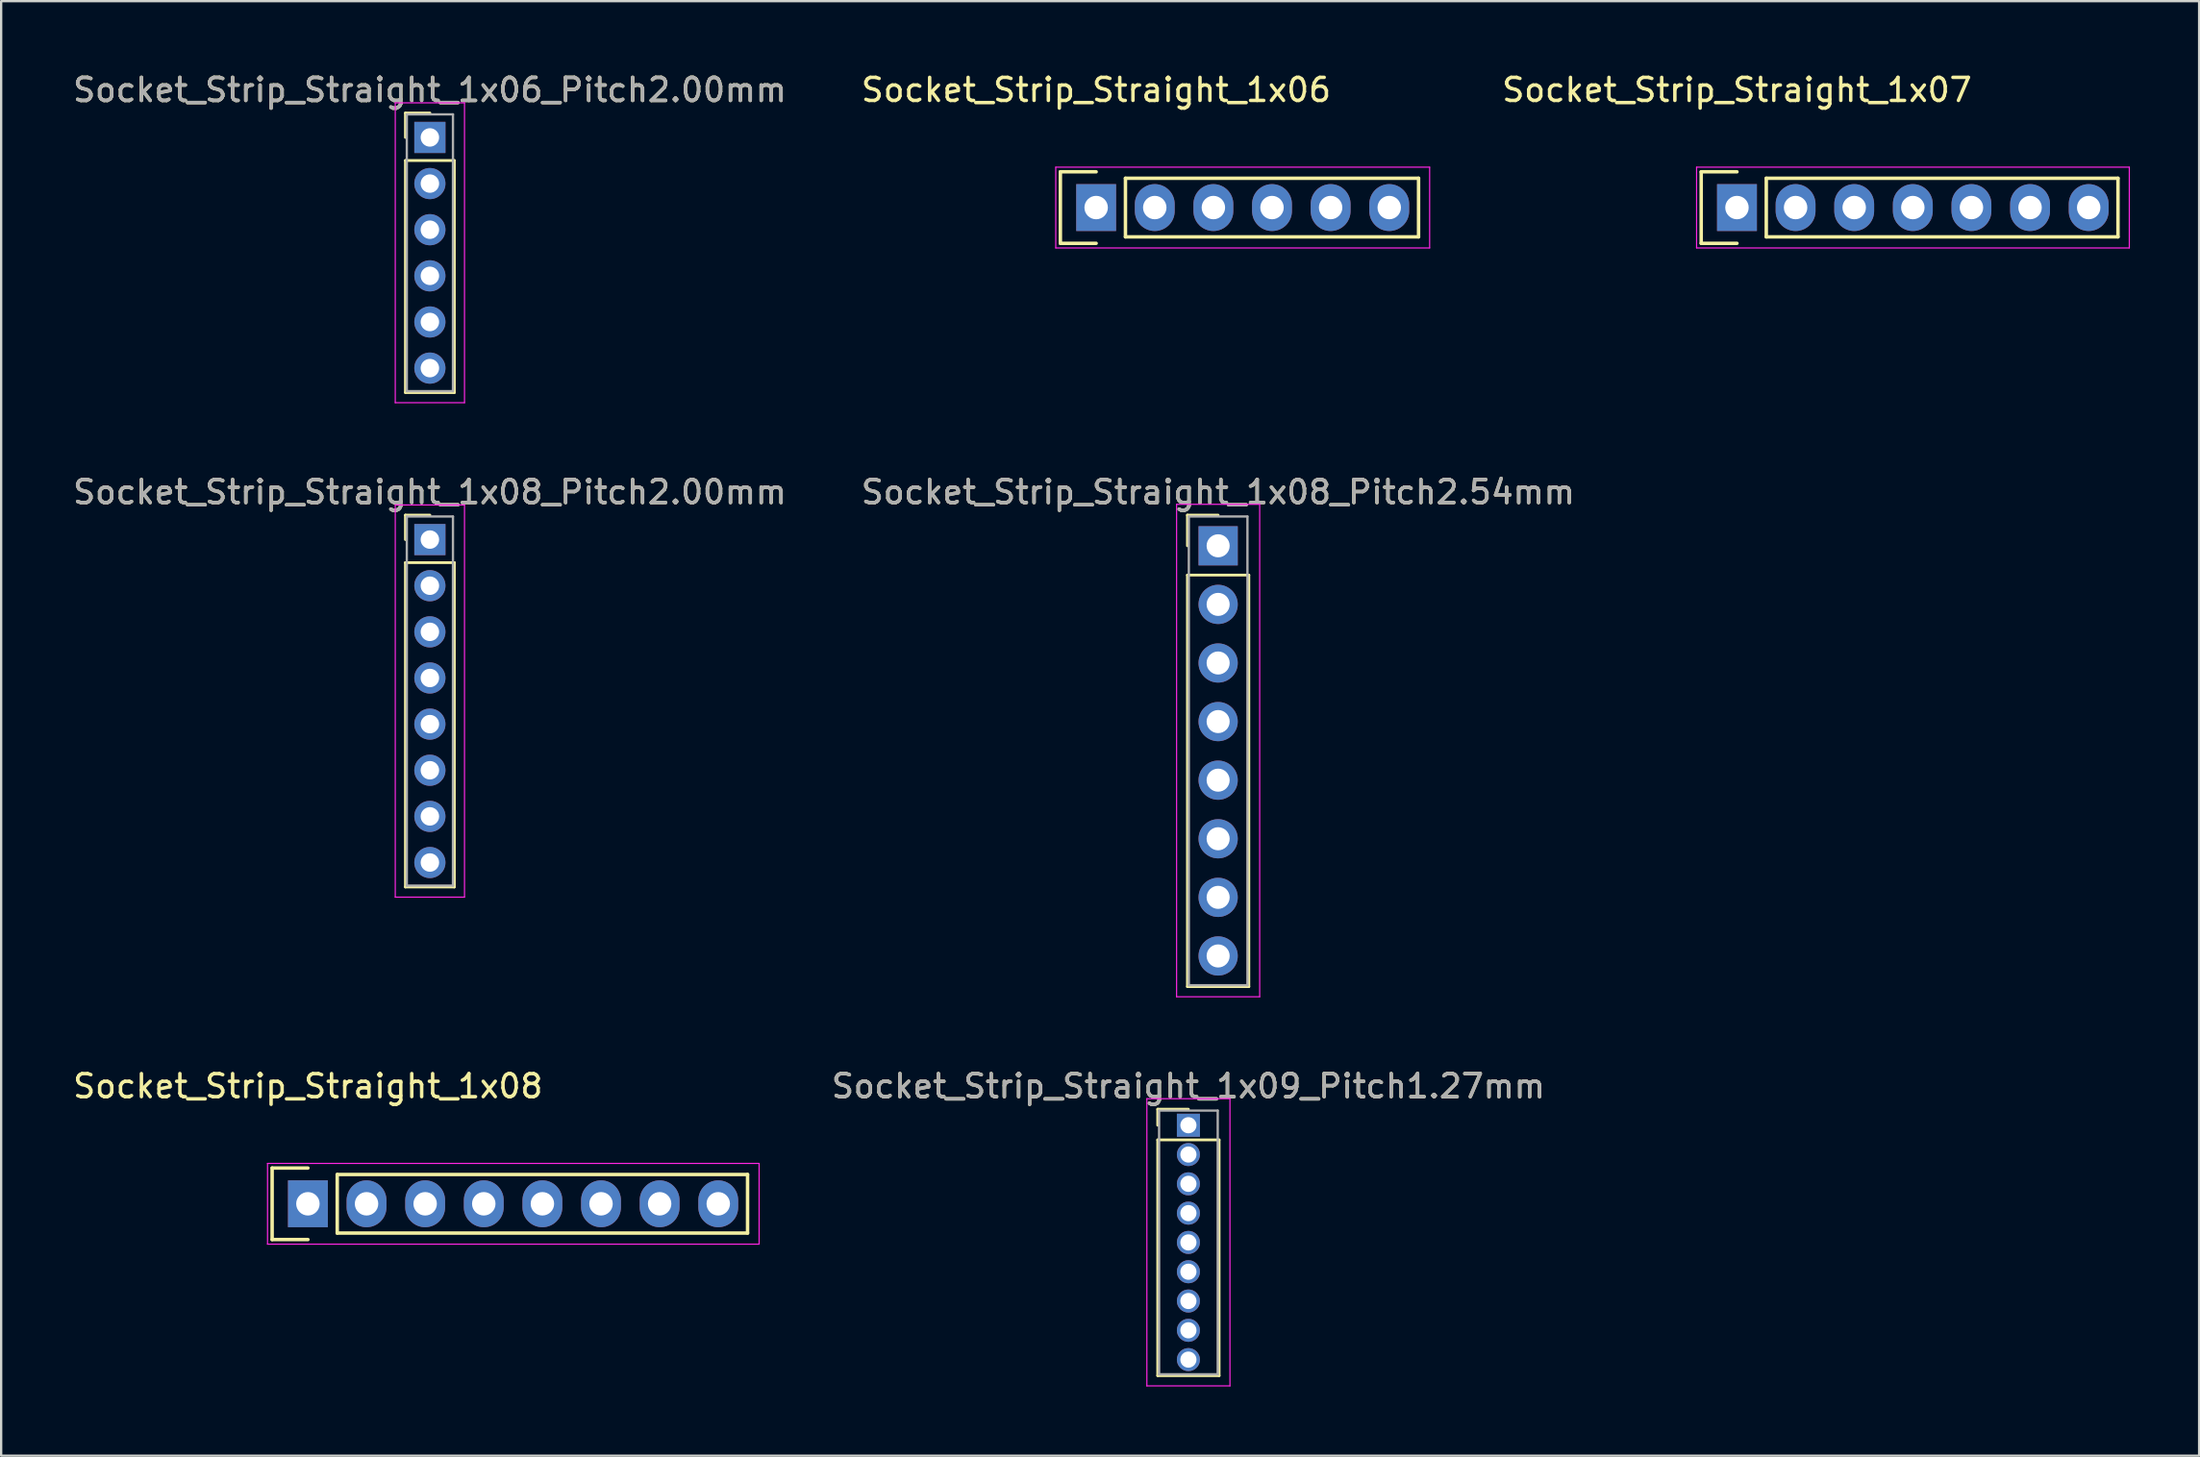
<source format=kicad_pcb>
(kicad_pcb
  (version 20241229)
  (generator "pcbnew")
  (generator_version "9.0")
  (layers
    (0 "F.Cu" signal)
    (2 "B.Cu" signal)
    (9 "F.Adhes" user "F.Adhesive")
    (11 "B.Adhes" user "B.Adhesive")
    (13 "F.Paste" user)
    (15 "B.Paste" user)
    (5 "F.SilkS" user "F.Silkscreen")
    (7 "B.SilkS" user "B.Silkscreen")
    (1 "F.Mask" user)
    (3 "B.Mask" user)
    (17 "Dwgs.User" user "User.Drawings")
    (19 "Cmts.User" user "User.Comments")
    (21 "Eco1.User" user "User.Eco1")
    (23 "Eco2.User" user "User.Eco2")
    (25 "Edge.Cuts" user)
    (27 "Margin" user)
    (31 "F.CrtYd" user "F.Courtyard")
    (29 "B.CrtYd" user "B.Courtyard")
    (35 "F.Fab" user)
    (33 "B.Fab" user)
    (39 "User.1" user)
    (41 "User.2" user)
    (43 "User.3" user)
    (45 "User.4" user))
  (footprint "Socket_Strip_Straight_1x07"
    (layer "F.Cu")
    (at 72.213 5.948)
    (property "Reference" "Socket_Strip_Straight_1x07" (at 0 -5.1 0) (layer "F.SilkS") (effects (font (size 1 1) (thickness 0.15))))
    (attr through_hole)
    (fp_line (start -1.55 -1.55) (end -1.55 1.55) (stroke (width 0.15) (type solid)) (layer "F.SilkS"))
    (fp_line (start -1.55 1.55) (end 0 1.55) (stroke (width 0.15) (type solid)) (layer "F.SilkS"))
    (fp_line (start 0 -1.55) (end -1.55 -1.55) (stroke (width 0.15) (type solid)) (layer "F.SilkS"))
    (fp_line (start 1.27 1.27) (end 1.27 -1.27) (stroke (width 0.15) (type solid)) (layer "F.SilkS"))
    (fp_line (start 1.27 1.27) (end 16.51 1.27) (stroke (width 0.15) (type solid)) (layer "F.SilkS"))
    (fp_line (start 16.51 -1.27) (end 1.27 -1.27) (stroke (width 0.15) (type solid)) (layer "F.SilkS"))
    (fp_line (start 16.51 1.27) (end 16.51 -1.27) (stroke (width 0.15) (type solid)) (layer "F.SilkS"))
    (fp_line (start -1.75 -1.75) (end -1.75 1.75) (stroke (width 0.05) (type solid)) (layer "F.CrtYd"))
    (fp_line (start -1.75 -1.75) (end 17 -1.75) (stroke (width 0.05) (type solid)) (layer "F.CrtYd"))
    (fp_line (start -1.75 1.75) (end 17 1.75) (stroke (width 0.05) (type solid)) (layer "F.CrtYd"))
    (fp_line (start 17 -1.75) (end 17 1.75) (stroke (width 0.05) (type solid)) (layer "F.CrtYd"))
    (pad "1" thru_hole rect (at 0 0) (size 1.727 2.032) (drill 1.016) (layers "*.Cu" "*.Mask"))
    (pad "2" thru_hole oval (at 2.54 0) (size 1.727 2.032) (drill 1.016) (layers "*.Cu" "*.Mask"))
    (pad "3" thru_hole oval (at 5.08 0) (size 1.727 2.032) (drill 1.016) (layers "*.Cu" "*.Mask"))
    (pad "4" thru_hole oval (at 7.62 0) (size 1.727 2.032) (drill 1.016) (layers "*.Cu" "*.Mask"))
    (pad "5" thru_hole oval (at 10.16 0) (size 1.727 2.032) (drill 1.016) (layers "*.Cu" "*.Mask"))
    (pad "6" thru_hole oval (at 12.7 0) (size 1.727 2.032) (drill 1.016) (layers "*.Cu" "*.Mask"))
    (pad "7" thru_hole oval (at 15.24 0) (size 1.727 2.032) (drill 1.016) (layers "*.Cu" "*.Mask")))
  (footprint "Socket_Strip_Straight_1x08"
    (layer "F.Cu")
    (at 10.292 49.135)
    (property "Reference" "Socket_Strip_Straight_1x08" (at 0 -5.1 0) (layer "F.SilkS") (effects (font (size 1 1) (thickness 0.15))))
    (attr through_hole)
    (fp_line (start -1.55 -1.55) (end -1.55 1.55) (stroke (width 0.15) (type solid)) (layer "F.SilkS"))
    (fp_line (start -1.55 1.55) (end 0 1.55) (stroke (width 0.15) (type solid)) (layer "F.SilkS"))
    (fp_line (start 0 -1.55) (end -1.55 -1.55) (stroke (width 0.15) (type solid)) (layer "F.SilkS"))
    (fp_line (start 1.27 1.27) (end 1.27 -1.27) (stroke (width 0.15) (type solid)) (layer "F.SilkS"))
    (fp_line (start 1.27 1.27) (end 19.05 1.27) (stroke (width 0.15) (type solid)) (layer "F.SilkS"))
    (fp_line (start 19.05 -1.27) (end 1.27 -1.27) (stroke (width 0.15) (type solid)) (layer "F.SilkS"))
    (fp_line (start 19.05 1.27) (end 19.05 -1.27) (stroke (width 0.15) (type solid)) (layer "F.SilkS"))
    (fp_line (start -1.75 -1.75) (end -1.75 1.75) (stroke (width 0.05) (type solid)) (layer "F.CrtYd"))
    (fp_line (start -1.75 -1.75) (end 19.55 -1.75) (stroke (width 0.05) (type solid)) (layer "F.CrtYd"))
    (fp_line (start -1.75 1.75) (end 19.55 1.75) (stroke (width 0.05) (type solid)) (layer "F.CrtYd"))
    (fp_line (start 19.55 -1.75) (end 19.55 1.75) (stroke (width 0.05) (type solid)) (layer "F.CrtYd"))
    (pad "1" thru_hole rect (at 0 0) (size 1.727 2.032) (drill 1.016) (layers "*.Cu" "*.Mask"))
    (pad "2" thru_hole oval (at 2.54 0) (size 1.727 2.032) (drill 1.016) (layers "*.Cu" "*.Mask"))
    (pad "3" thru_hole oval (at 5.08 0) (size 1.727 2.032) (drill 1.016) (layers "*.Cu" "*.Mask"))
    (pad "4" thru_hole oval (at 7.62 0) (size 1.727 2.032) (drill 1.016) (layers "*.Cu" "*.Mask"))
    (pad "5" thru_hole oval (at 10.16 0) (size 1.727 2.032) (drill 1.016) (layers "*.Cu" "*.Mask"))
    (pad "6" thru_hole oval (at 12.7 0) (size 1.727 2.032) (drill 1.016) (layers "*.Cu" "*.Mask"))
    (pad "7" thru_hole oval (at 15.24 0) (size 1.727 2.032) (drill 1.016) (layers "*.Cu" "*.Mask"))
    (pad "8" thru_hole oval (at 17.78 0) (size 1.727 2.032) (drill 1.016) (layers "*.Cu" "*.Mask")))
  (footprint "Socket_Strip_Straight_1x06_Pitch2.00mm"
    (layer "F.Cu")
    (at 15.577 2.908)
    (property "Reference" "Socket_Strip_Straight_1x06_Pitch2.00mm" (at 0 -2.06 0) (layer "F.SilkS") (effects (font (size 1 1) (thickness 0.15))))
    (attr through_hole)
    (fp_line (start -1.06 -1.06) (end 0 -1.06) (stroke (width 0.12) (type solid)) (layer "F.SilkS"))
    (fp_line (start -1.06 0) (end -1.06 -1.06) (stroke (width 0.12) (type solid)) (layer "F.SilkS"))
    (fp_line (start -1.06 1) (end -1.06 11.06) (stroke (width 0.12) (type solid)) (layer "F.SilkS"))
    (fp_line (start -1.06 11.06) (end 1.06 11.06) (stroke (width 0.12) (type solid)) (layer "F.SilkS"))
    (fp_line (start 1.06 1) (end -1.06 1) (stroke (width 0.12) (type solid)) (layer "F.SilkS"))
    (fp_line (start 1.06 11.06) (end 1.06 1) (stroke (width 0.12) (type solid)) (layer "F.SilkS"))
    (fp_line (start -1.5 -1.5) (end -1.5 11.5) (stroke (width 0.05) (type solid)) (layer "F.CrtYd"))
    (fp_line (start -1.5 11.5) (end 1.5 11.5) (stroke (width 0.05) (type solid)) (layer "F.CrtYd"))
    (fp_line (start 1.5 -1.5) (end -1.5 -1.5) (stroke (width 0.05) (type solid)) (layer "F.CrtYd"))
    (fp_line (start 1.5 11.5) (end 1.5 -1.5) (stroke (width 0.05) (type solid)) (layer "F.CrtYd"))
    (fp_line (start -1 -1) (end -1 11) (stroke (width 0.1) (type solid)) (layer "F.Fab"))
    (fp_line (start -1 11) (end 1 11) (stroke (width 0.1) (type solid)) (layer "F.Fab"))
    (fp_line (start 1 -1) (end -1 -1) (stroke (width 0.1) (type solid)) (layer "F.Fab"))
    (fp_line (start 1 11) (end 1 -1) (stroke (width 0.1) (type solid)) (layer "F.Fab"))
    (fp_text user "${REFERENCE}" (at 0 -2.06 0) (layer "F.Fab") (effects (font (size 1 1) (thickness 0.15))))
    (pad "1" thru_hole rect (at 0 0) (size 1.35 1.35) (drill 0.8) (layers "*.Cu" "*.Mask"))
    (pad "2" thru_hole oval (at 0 2) (size 1.35 1.35) (drill 0.8) (layers "*.Cu" "*.Mask"))
    (pad "3" thru_hole oval (at 0 4) (size 1.35 1.35) (drill 0.8) (layers "*.Cu" "*.Mask"))
    (pad "4" thru_hole oval (at 0 6) (size 1.35 1.35) (drill 0.8) (layers "*.Cu" "*.Mask"))
    (pad "5" thru_hole oval (at 0 8) (size 1.35 1.35) (drill 0.8) (layers "*.Cu" "*.Mask"))
    (pad "6" thru_hole oval (at 0 10) (size 1.35 1.35) (drill 0.8) (layers "*.Cu" "*.Mask")))
  (footprint "Socket_Strip_Straight_1x08_Pitch2.00mm"
    (layer "F.Cu")
    (at 15.577 20.341)
    (property "Reference" "Socket_Strip_Straight_1x08_Pitch2.00mm" (at 0 -2.06 0) (layer "F.SilkS") (effects (font (size 1 1) (thickness 0.15))))
    (attr through_hole)
    (fp_line (start -1.06 -1.06) (end 0 -1.06) (stroke (width 0.12) (type solid)) (layer "F.SilkS"))
    (fp_line (start -1.06 0) (end -1.06 -1.06) (stroke (width 0.12) (type solid)) (layer "F.SilkS"))
    (fp_line (start -1.06 1) (end -1.06 15.06) (stroke (width 0.12) (type solid)) (layer "F.SilkS"))
    (fp_line (start -1.06 15.06) (end 1.06 15.06) (stroke (width 0.12) (type solid)) (layer "F.SilkS"))
    (fp_line (start 1.06 1) (end -1.06 1) (stroke (width 0.12) (type solid)) (layer "F.SilkS"))
    (fp_line (start 1.06 15.06) (end 1.06 1) (stroke (width 0.12) (type solid)) (layer "F.SilkS"))
    (fp_line (start -1.5 -1.5) (end -1.5 15.5) (stroke (width 0.05) (type solid)) (layer "F.CrtYd"))
    (fp_line (start -1.5 15.5) (end 1.5 15.5) (stroke (width 0.05) (type solid)) (layer "F.CrtYd"))
    (fp_line (start 1.5 -1.5) (end -1.5 -1.5) (stroke (width 0.05) (type solid)) (layer "F.CrtYd"))
    (fp_line (start 1.5 15.5) (end 1.5 -1.5) (stroke (width 0.05) (type solid)) (layer "F.CrtYd"))
    (fp_line (start -1 -1) (end -1 15) (stroke (width 0.1) (type solid)) (layer "F.Fab"))
    (fp_line (start -1 15) (end 1 15) (stroke (width 0.1) (type solid)) (layer "F.Fab"))
    (fp_line (start 1 -1) (end -1 -1) (stroke (width 0.1) (type solid)) (layer "F.Fab"))
    (fp_line (start 1 15) (end 1 -1) (stroke (width 0.1) (type solid)) (layer "F.Fab"))
    (fp_text user "${REFERENCE}" (at 0 -2.06 0) (layer "F.Fab") (effects (font (size 1 1) (thickness 0.15))))
    (pad "1" thru_hole rect (at 0 0) (size 1.35 1.35) (drill 0.8) (layers "*.Cu" "*.Mask"))
    (pad "2" thru_hole oval (at 0 2) (size 1.35 1.35) (drill 0.8) (layers "*.Cu" "*.Mask"))
    (pad "3" thru_hole oval (at 0 4) (size 1.35 1.35) (drill 0.8) (layers "*.Cu" "*.Mask"))
    (pad "4" thru_hole oval (at 0 6) (size 1.35 1.35) (drill 0.8) (layers "*.Cu" "*.Mask"))
    (pad "5" thru_hole oval (at 0 8) (size 1.35 1.35) (drill 0.8) (layers "*.Cu" "*.Mask"))
    (pad "6" thru_hole oval (at 0 10) (size 1.35 1.35) (drill 0.8) (layers "*.Cu" "*.Mask"))
    (pad "7" thru_hole oval (at 0 12) (size 1.35 1.35) (drill 0.8) (layers "*.Cu" "*.Mask"))
    (pad "8" thru_hole oval (at 0 14) (size 1.35 1.35) (drill 0.8) (layers "*.Cu" "*.Mask")))
  (footprint "Socket_Strip_Straight_1x09_Pitch1.27mm"
    (layer "F.Cu")
    (at 48.444 45.73)
    (property "Reference" "Socket_Strip_Straight_1x09_Pitch1.27mm" (at 0 -1.695 0) (layer "F.SilkS") (effects (font (size 1 1) (thickness 0.15))))
    (attr through_hole)
    (fp_line (start -1.33 -0.695) (end 0 -0.695) (stroke (width 0.12) (type solid)) (layer "F.SilkS"))
    (fp_line (start -1.33 0) (end -1.33 -0.695) (stroke (width 0.12) (type solid)) (layer "F.SilkS"))
    (fp_line (start -1.33 0.635) (end -1.33 10.855) (stroke (width 0.12) (type solid)) (layer "F.SilkS"))
    (fp_line (start -1.33 10.855) (end 1.33 10.855) (stroke (width 0.12) (type solid)) (layer "F.SilkS"))
    (fp_line (start 1.33 0.635) (end -1.33 0.635) (stroke (width 0.12) (type solid)) (layer "F.SilkS"))
    (fp_line (start 1.33 10.855) (end 1.33 0.635) (stroke (width 0.12) (type solid)) (layer "F.SilkS"))
    (fp_line (start -1.8 -1.15) (end -1.8 11.3) (stroke (width 0.05) (type solid)) (layer "F.CrtYd"))
    (fp_line (start -1.8 11.3) (end 1.8 11.3) (stroke (width 0.05) (type solid)) (layer "F.CrtYd"))
    (fp_line (start 1.8 -1.15) (end -1.8 -1.15) (stroke (width 0.05) (type solid)) (layer "F.CrtYd"))
    (fp_line (start 1.8 11.3) (end 1.8 -1.15) (stroke (width 0.05) (type solid)) (layer "F.CrtYd"))
    (fp_line (start -1.27 -0.635) (end -1.27 10.795) (stroke (width 0.1) (type solid)) (layer "F.Fab"))
    (fp_line (start -1.27 10.795) (end 1.27 10.795) (stroke (width 0.1) (type solid)) (layer "F.Fab"))
    (fp_line (start 1.27 -0.635) (end -1.27 -0.635) (stroke (width 0.1) (type solid)) (layer "F.Fab"))
    (fp_line (start 1.27 10.795) (end 1.27 -0.635) (stroke (width 0.1) (type solid)) (layer "F.Fab"))
    (fp_text user "${REFERENCE}" (at 0 -1.695 0) (layer "F.Fab") (effects (font (size 1 1) (thickness 0.15))))
    (pad "1" thru_hole rect (at 0 0) (size 1 1) (drill 0.7) (layers "*.Cu" "*.Mask"))
    (pad "2" thru_hole oval (at 0 1.27) (size 1 1) (drill 0.7) (layers "*.Cu" "*.Mask"))
    (pad "3" thru_hole oval (at 0 2.54) (size 1 1) (drill 0.7) (layers "*.Cu" "*.Mask"))
    (pad "4" thru_hole oval (at 0 3.81) (size 1 1) (drill 0.7) (layers "*.Cu" "*.Mask"))
    (pad "5" thru_hole oval (at 0 5.08) (size 1 1) (drill 0.7) (layers "*.Cu" "*.Mask"))
    (pad "6" thru_hole oval (at 0 6.35) (size 1 1) (drill 0.7) (layers "*.Cu" "*.Mask"))
    (pad "7" thru_hole oval (at 0 7.62) (size 1 1) (drill 0.7) (layers "*.Cu" "*.Mask"))
    (pad "8" thru_hole oval (at 0 8.89) (size 1 1) (drill 0.7) (layers "*.Cu" "*.Mask"))
    (pad "9" thru_hole oval (at 0 10.16) (size 1 1) (drill 0.7) (layers "*.Cu" "*.Mask")))
  (footprint "Socket_Strip_Straight_1x08_Pitch2.54mm"
    (layer "F.Cu")
    (at 49.732 20.611)
    (property "Reference" "Socket_Strip_Straight_1x08_Pitch2.54mm" (at 0 -2.33 0) (layer "F.SilkS") (effects (font (size 1 1) (thickness 0.15))))
    (attr through_hole)
    (fp_line (start -1.33 -1.33) (end 0 -1.33) (stroke (width 0.12) (type solid)) (layer "F.SilkS"))
    (fp_line (start -1.33 0) (end -1.33 -1.33) (stroke (width 0.12) (type solid)) (layer "F.SilkS"))
    (fp_line (start -1.33 1.27) (end -1.33 19.11) (stroke (width 0.12) (type solid)) (layer "F.SilkS"))
    (fp_line (start -1.33 19.11) (end 1.33 19.11) (stroke (width 0.12) (type solid)) (layer "F.SilkS"))
    (fp_line (start 1.33 1.27) (end -1.33 1.27) (stroke (width 0.12) (type solid)) (layer "F.SilkS"))
    (fp_line (start 1.33 19.11) (end 1.33 1.27) (stroke (width 0.12) (type solid)) (layer "F.SilkS"))
    (fp_line (start -1.8 -1.8) (end -1.8 19.55) (stroke (width 0.05) (type solid)) (layer "F.CrtYd"))
    (fp_line (start -1.8 19.55) (end 1.8 19.55) (stroke (width 0.05) (type solid)) (layer "F.CrtYd"))
    (fp_line (start 1.8 -1.8) (end -1.8 -1.8) (stroke (width 0.05) (type solid)) (layer "F.CrtYd"))
    (fp_line (start 1.8 19.55) (end 1.8 -1.8) (stroke (width 0.05) (type solid)) (layer "F.CrtYd"))
    (fp_line (start -1.27 -1.27) (end -1.27 19.05) (stroke (width 0.1) (type solid)) (layer "F.Fab"))
    (fp_line (start -1.27 19.05) (end 1.27 19.05) (stroke (width 0.1) (type solid)) (layer "F.Fab"))
    (fp_line (start 1.27 -1.27) (end -1.27 -1.27) (stroke (width 0.1) (type solid)) (layer "F.Fab"))
    (fp_line (start 1.27 19.05) (end 1.27 -1.27) (stroke (width 0.1) (type solid)) (layer "F.Fab"))
    (fp_text user "${REFERENCE}" (at 0 -2.33 0) (layer "F.Fab") (effects (font (size 1 1) (thickness 0.15))))
    (pad "1" thru_hole rect (at 0 0) (size 1.7 1.7) (drill 1) (layers "*.Cu" "*.Mask"))
    (pad "2" thru_hole oval (at 0 2.54) (size 1.7 1.7) (drill 1) (layers "*.Cu" "*.Mask"))
    (pad "3" thru_hole oval (at 0 5.08) (size 1.7 1.7) (drill 1) (layers "*.Cu" "*.Mask"))
    (pad "4" thru_hole oval (at 0 7.62) (size 1.7 1.7) (drill 1) (layers "*.Cu" "*.Mask"))
    (pad "5" thru_hole oval (at 0 10.16) (size 1.7 1.7) (drill 1) (layers "*.Cu" "*.Mask"))
    (pad "6" thru_hole oval (at 0 12.7) (size 1.7 1.7) (drill 1) (layers "*.Cu" "*.Mask"))
    (pad "7" thru_hole oval (at 0 15.24) (size 1.7 1.7) (drill 1) (layers "*.Cu" "*.Mask"))
    (pad "8" thru_hole oval (at 0 17.78) (size 1.7 1.7) (drill 1) (layers "*.Cu" "*.Mask")))
  (footprint "Socket_Strip_Straight_1x06"
    (layer "F.Cu")
    (at 44.446 5.948)
    (property "Reference" "Socket_Strip_Straight_1x06" (at 0 -5.1 0) (layer "F.SilkS") (effects (font (size 1 1) (thickness 0.15))))
    (attr through_hole)
    (fp_line (start -1.55 -1.55) (end -1.55 1.55) (stroke (width 0.15) (type solid)) (layer "F.SilkS"))
    (fp_line (start -1.55 1.55) (end 0 1.55) (stroke (width 0.15) (type solid)) (layer "F.SilkS"))
    (fp_line (start 0 -1.55) (end -1.55 -1.55) (stroke (width 0.15) (type solid)) (layer "F.SilkS"))
    (fp_line (start 1.27 1.27) (end 1.27 -1.27) (stroke (width 0.15) (type solid)) (layer "F.SilkS"))
    (fp_line (start 1.27 1.27) (end 13.97 1.27) (stroke (width 0.15) (type solid)) (layer "F.SilkS"))
    (fp_line (start 13.97 -1.27) (end 1.27 -1.27) (stroke (width 0.15) (type solid)) (layer "F.SilkS"))
    (fp_line (start 13.97 1.27) (end 13.97 -1.27) (stroke (width 0.15) (type solid)) (layer "F.SilkS"))
    (fp_line (start -1.75 -1.75) (end -1.75 1.75) (stroke (width 0.05) (type solid)) (layer "F.CrtYd"))
    (fp_line (start -1.75 -1.75) (end 14.45 -1.75) (stroke (width 0.05) (type solid)) (layer "F.CrtYd"))
    (fp_line (start -1.75 1.75) (end 14.45 1.75) (stroke (width 0.05) (type solid)) (layer "F.CrtYd"))
    (fp_line (start 14.45 -1.75) (end 14.45 1.75) (stroke (width 0.05) (type solid)) (layer "F.CrtYd"))
    (pad "1" thru_hole rect (at 0 0) (size 1.727 2.032) (drill 1.016) (layers "*.Cu" "*.Mask"))
    (pad "2" thru_hole oval (at 2.54 0) (size 1.727 2.032) (drill 1.016) (layers "*.Cu" "*.Mask"))
    (pad "3" thru_hole oval (at 5.08 0) (size 1.727 2.032) (drill 1.016) (layers "*.Cu" "*.Mask"))
    (pad "4" thru_hole oval (at 7.62 0) (size 1.727 2.032) (drill 1.016) (layers "*.Cu" "*.Mask"))
    (pad "5" thru_hole oval (at 10.16 0) (size 1.727 2.032) (drill 1.016) (layers "*.Cu" "*.Mask"))
    (pad "6" thru_hole oval (at 12.7 0) (size 1.727 2.032) (drill 1.016) (layers "*.Cu" "*.Mask")))
  (gr_rect
    (start -3 -3)
    (end 92.238 60.055)
    (stroke (width 0.1) (type default))
    (fill no)
    (layer "Edge.Cuts")))
</source>
